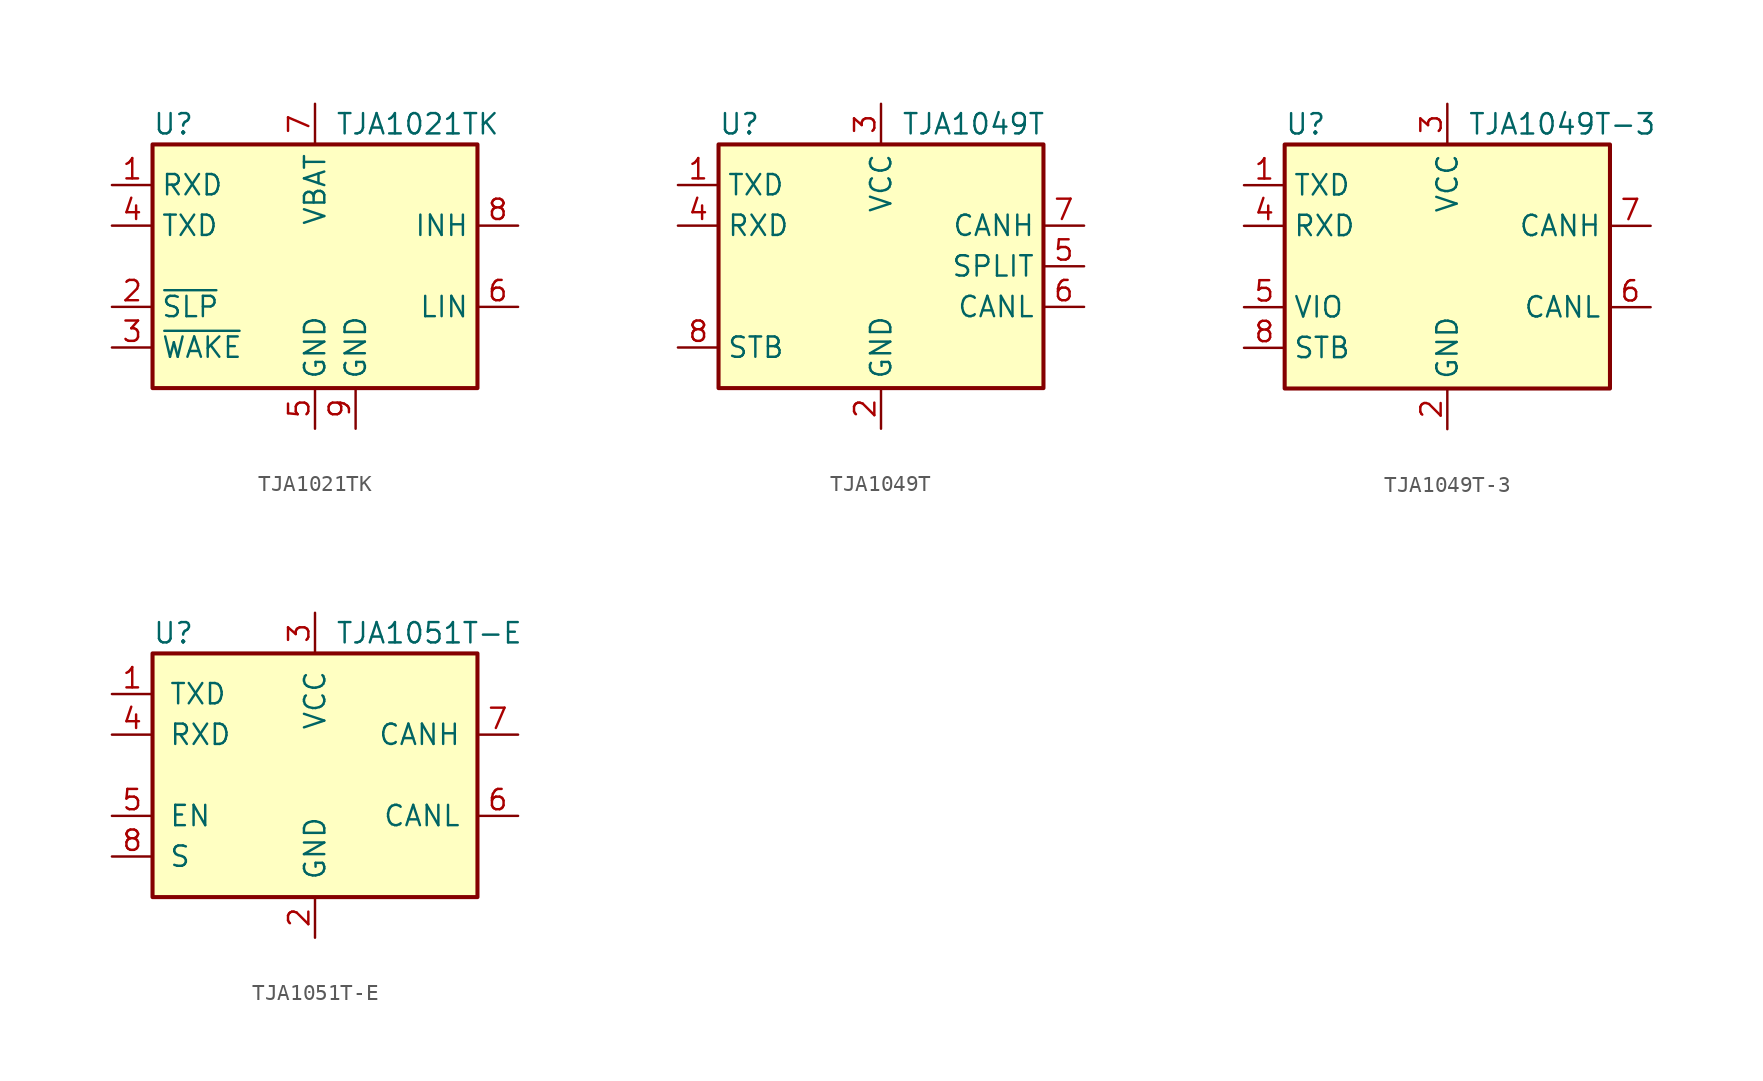
<source format=kicad_sym>
(kicad_symbol_lib
  (version 20220914)
  (generator kicad_symbol_editor)
  (symbol "TJA1021TK"
    (property "Reference" "U"
      (at -10.16 8.89 0)
      (effects (font (size 1.27 1.27)) (justify left)))
    (property "Value" "TJA1021TK"
      (at 1.27 8.89 0)
      (effects (font (size 1.27 1.27)) (justify left)))
    (symbol "TJA1021TK_0_1"
      (rectangle (start -10.16 7.62) (end 10.16 -7.62) (stroke (width 0.254) (type default)) (fill (type background))))
    (symbol "TJA1021TK_1_1"
      (pin open_collector line (at -12.7 5.08 0) (length 2.54) (name "RXD" (effects (font (size 1.27 1.27)))) (number "1" (effects (font (size 1.27 1.27)))))
      (pin input line (at -12.7 -2.54 0) (length 2.54) (name "~{SLP}" (effects (font (size 1.27 1.27)))) (number "2" (effects (font (size 1.27 1.27)))))
      (pin input line (at -12.7 -5.08 0) (length 2.54) (name "~{WAKE}" (effects (font (size 1.27 1.27)))) (number "3" (effects (font (size 1.27 1.27)))))
      (pin input line (at -12.7 2.54 0) (length 2.54) (name "TXD" (effects (font (size 1.27 1.27)))) (number "4" (effects (font (size 1.27 1.27)))))
      (pin power_in line (at 0 -10.16 90) (length 2.54) (name "GND" (effects (font (size 1.27 1.27)))) (number "5" (effects (font (size 1.27 1.27)))))
      (pin bidirectional line (at 12.7 -2.54 180) (length 2.54) (name "LIN" (effects (font (size 1.27 1.27)))) (number "6" (effects (font (size 1.27 1.27)))))
      (pin power_in line (at 0 10.16 270) (length 2.54) (name "VBAT" (effects (font (size 1.27 1.27)))) (number "7" (effects (font (size 1.27 1.27)))))
      (pin output line (at 12.7 2.54 180) (length 2.54) (name "INH" (effects (font (size 1.27 1.27)))) (number "8" (effects (font (size 1.27 1.27)))))
      (pin power_in line (at 2.54 -10.16 90) (length 2.54) (name "GND" (effects (font (size 1.27 1.27)))) (number "9" (effects (font (size 1.27 1.27)))))))
  (symbol "TJA1049T"
    (property "Reference" "U"
      (at -10.16 8.89 0)
      (effects (font (size 1.27 1.27)) (justify left)))
    (property "Value" "TJA1049T"
      (at 1.27 8.89 0)
      (effects (font (size 1.27 1.27)) (justify left)))
    (symbol "TJA1049T_0_1"
      (rectangle (start -10.16 7.62) (end 10.16 -7.62) (stroke (width 0.254) (type default)) (fill (type background))))
    (symbol "TJA1049T_1_1"
      (pin input line (at -12.7 5.08 0) (length 2.54) (name "TXD" (effects (font (size 1.27 1.27)))) (number "1" (effects (font (size 1.27 1.27)))))
      (pin power_in line (at 0 -10.16 90) (length 2.54) (name "GND" (effects (font (size 1.27 1.27)))) (number "2" (effects (font (size 1.27 1.27)))))
      (pin power_in line (at 0 10.16 270) (length 2.54) (name "VCC" (effects (font (size 1.27 1.27)))) (number "3" (effects (font (size 1.27 1.27)))))
      (pin output line (at -12.7 2.54 0) (length 2.54) (name "RXD" (effects (font (size 1.27 1.27)))) (number "4" (effects (font (size 1.27 1.27)))))
      (pin power_out line (at 12.7 0 180) (length 2.54) (name "SPLIT" (effects (font (size 1.27 1.27)))) (number "5" (effects (font (size 1.27 1.27)))))
      (pin bidirectional line (at 12.7 -2.54 180) (length 2.54) (name "CANL" (effects (font (size 1.27 1.27)))) (number "6" (effects (font (size 1.27 1.27)))))
      (pin bidirectional line (at 12.7 2.54 180) (length 2.54) (name "CANH" (effects (font (size 1.27 1.27)))) (number "7" (effects (font (size 1.27 1.27)))))
      (pin input line (at -12.7 -5.08 0) (length 2.54) (name "STB" (effects (font (size 1.27 1.27)))) (number "8" (effects (font (size 1.27 1.27)))))))
  (symbol "TJA1049T-3"
    (property "Reference" "U"
      (at -10.16 8.89 0)
      (effects (font (size 1.27 1.27)) (justify left)))
    (property "Value" "TJA1049T-3"
      (at 1.27 8.89 0)
      (effects (font (size 1.27 1.27)) (justify left)))
    (symbol "TJA1049T-3_0_1"
      (rectangle (start -10.16 7.62) (end 10.16 -7.62) (stroke (width 0.254) (type default)) (fill (type background))))
    (symbol "TJA1049T-3_1_1"
      (pin input line (at -12.7 5.08 0) (length 2.54) (name "TXD" (effects (font (size 1.27 1.27)))) (number "1" (effects (font (size 1.27 1.27)))))
      (pin power_in line (at 0 -10.16 90) (length 2.54) (name "GND" (effects (font (size 1.27 1.27)))) (number "2" (effects (font (size 1.27 1.27)))))
      (pin power_in line (at 0 10.16 270) (length 2.54) (name "VCC" (effects (font (size 1.27 1.27)))) (number "3" (effects (font (size 1.27 1.27)))))
      (pin output line (at -12.7 2.54 0) (length 2.54) (name "RXD" (effects (font (size 1.27 1.27)))) (number "4" (effects (font (size 1.27 1.27)))))
      (pin power_in line (at -12.7 -2.54 0) (length 2.54) (name "VIO" (effects (font (size 1.27 1.27)))) (number "5" (effects (font (size 1.27 1.27)))))
      (pin bidirectional line (at 12.7 -2.54 180) (length 2.54) (name "CANL" (effects (font (size 1.27 1.27)))) (number "6" (effects (font (size 1.27 1.27)))))
      (pin bidirectional line (at 12.7 2.54 180) (length 2.54) (name "CANH" (effects (font (size 1.27 1.27)))) (number "7" (effects (font (size 1.27 1.27)))))
      (pin input line (at -12.7 -5.08 0) (length 2.54) (name "STB" (effects (font (size 1.27 1.27)))) (number "8" (effects (font (size 1.27 1.27)))))))
  (symbol "TJA1051T-E"
    (pin_names
      (offset 1.016))
    (property "Reference" "U"
      (at -10.16 8.89 0)
      (effects (font (size 1.27 1.27)) (justify left)))
    (property "Value" "TJA1051T-E"
      (at 1.27 8.89 0)
      (effects (font (size 1.27 1.27)) (justify left)))
    (symbol "TJA1051T-E_0_1"
      (rectangle (start -10.16 7.62) (end 10.16 -7.62) (stroke (width 0.254) (type default)) (fill (type background))))
    (symbol "TJA1051T-E_1_1"
      (pin input line (at -12.7 5.08 0) (length 2.54) (name "TXD" (effects (font (size 1.27 1.27)))) (number "1" (effects (font (size 1.27 1.27)))))
      (pin power_in line (at 0 -10.16 90) (length 2.54) (name "GND" (effects (font (size 1.27 1.27)))) (number "2" (effects (font (size 1.27 1.27)))))
      (pin power_in line (at 0 10.16 270) (length 2.54) (name "VCC" (effects (font (size 1.27 1.27)))) (number "3" (effects (font (size 1.27 1.27)))))
      (pin output line (at -12.7 2.54 0) (length 2.54) (name "RXD" (effects (font (size 1.27 1.27)))) (number "4" (effects (font (size 1.27 1.27)))))
      (pin input line (at -12.7 -2.54 0) (length 2.54) (name "EN" (effects (font (size 1.27 1.27)))) (number "5" (effects (font (size 1.27 1.27)))))
      (pin bidirectional line (at 12.7 -2.54 180) (length 2.54) (name "CANL" (effects (font (size 1.27 1.27)))) (number "6" (effects (font (size 1.27 1.27)))))
      (pin bidirectional line (at 12.7 2.54 180) (length 2.54) (name "CANH" (effects (font (size 1.27 1.27)))) (number "7" (effects (font (size 1.27 1.27)))))
      (pin input line (at -12.7 -5.08 0) (length 2.54) (name "S" (effects (font (size 1.27 1.27)))) (number "8" (effects (font (size 1.27 1.27))))))))
</source>
